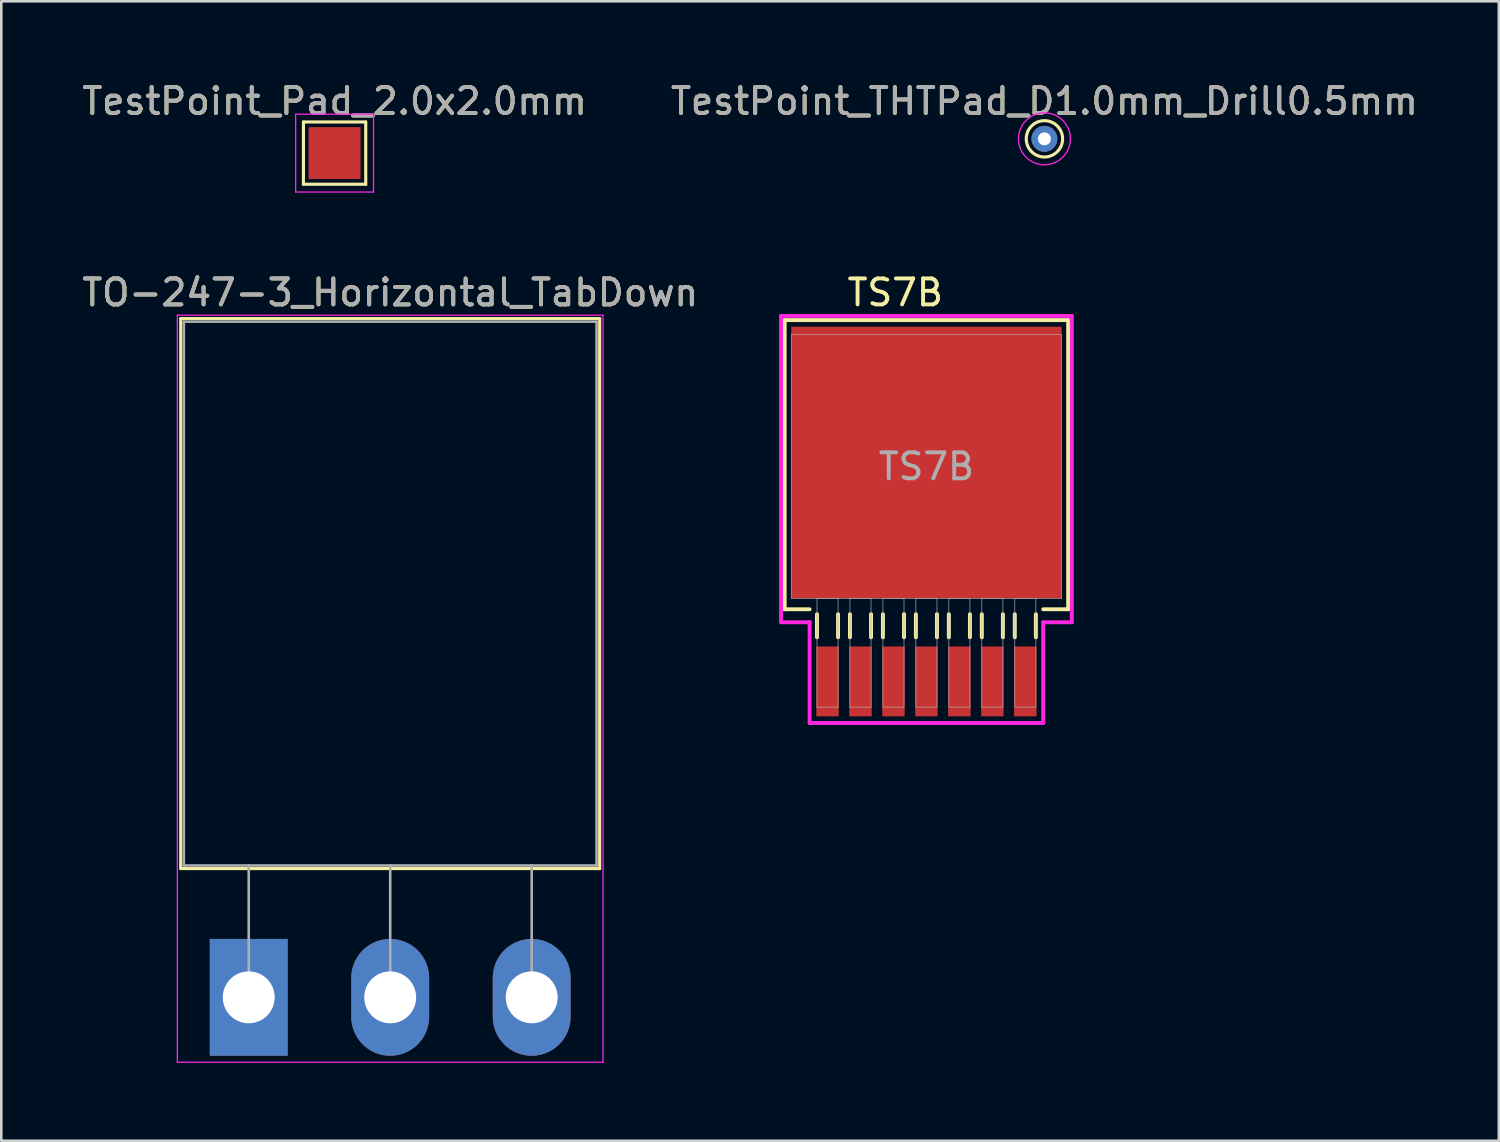
<source format=kicad_pcb>
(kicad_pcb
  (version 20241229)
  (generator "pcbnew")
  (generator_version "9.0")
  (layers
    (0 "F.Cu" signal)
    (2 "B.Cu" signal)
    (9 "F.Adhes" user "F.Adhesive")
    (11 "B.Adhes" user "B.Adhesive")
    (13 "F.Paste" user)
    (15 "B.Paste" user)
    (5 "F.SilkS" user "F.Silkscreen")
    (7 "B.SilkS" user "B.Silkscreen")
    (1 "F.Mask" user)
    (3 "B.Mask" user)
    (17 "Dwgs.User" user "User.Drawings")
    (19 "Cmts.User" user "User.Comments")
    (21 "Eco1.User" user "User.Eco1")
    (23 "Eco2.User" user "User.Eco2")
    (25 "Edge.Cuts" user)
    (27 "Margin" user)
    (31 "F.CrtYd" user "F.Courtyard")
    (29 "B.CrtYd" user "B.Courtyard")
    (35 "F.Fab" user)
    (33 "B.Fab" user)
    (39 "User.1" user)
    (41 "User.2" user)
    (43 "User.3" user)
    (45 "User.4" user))
  (footprint "TO-247-3_Horizontal_TabDown"
    (layer "F.Cu")
    (at 6.532 35.371)
    (property "Reference" "TO-247-3_Horizontal_TabDown" (at 5.45 -27.15 0) (layer "F.SilkS") (effects (font (size 1 1) (thickness 0.15))))
    (attr through_hole)
    (fp_line (start -2.62 -26.15) (end -2.62 -4.96) (stroke (width 0.12) (type solid)) (layer "F.SilkS"))
    (fp_line (start -2.62 -26.15) (end 13.52 -26.15) (stroke (width 0.12) (type solid)) (layer "F.SilkS"))
    (fp_line (start -2.62 -4.96) (end 13.52 -4.96) (stroke (width 0.12) (type solid)) (layer "F.SilkS"))
    (fp_line (start 13.52 -26.15) (end 13.52 -4.96) (stroke (width 0.12) (type solid)) (layer "F.SilkS"))
    (fp_line (start -2.75 -26.28) (end -2.75 2.5) (stroke (width 0.05) (type solid)) (layer "F.CrtYd"))
    (fp_line (start -2.75 2.5) (end 13.65 2.5) (stroke (width 0.05) (type solid)) (layer "F.CrtYd"))
    (fp_line (start 13.65 -26.28) (end -2.75 -26.28) (stroke (width 0.05) (type solid)) (layer "F.CrtYd"))
    (fp_line (start 13.65 2.5) (end 13.65 -26.28) (stroke (width 0.05) (type solid)) (layer "F.CrtYd"))
    (fp_line (start -2.5 -26.03) (end 13.4 -26.03) (stroke (width 0.1) (type solid)) (layer "F.Fab"))
    (fp_line (start -2.5 -5.08) (end -2.5 -26.03) (stroke (width 0.1) (type solid)) (layer "F.Fab"))
    (fp_line (start 0 -5.08) (end 0 0) (stroke (width 0.1) (type solid)) (layer "F.Fab"))
    (fp_line (start 5.45 -5.08) (end 5.45 0) (stroke (width 0.1) (type solid)) (layer "F.Fab"))
    (fp_line (start 10.9 -5.08) (end 10.9 0) (stroke (width 0.1) (type solid)) (layer "F.Fab"))
    (fp_line (start 13.4 -26.03) (end 13.4 -5.08) (stroke (width 0.1) (type solid)) (layer "F.Fab"))
    (fp_line (start 13.4 -5.08) (end -2.5 -5.08) (stroke (width 0.1) (type solid)) (layer "F.Fab"))
    (fp_text user "${REFERENCE}" (at 5.45 -27.15 0) (layer "F.Fab") (effects (font (size 1 1) (thickness 0.15))))
    (pad "1" thru_hole rect (at 0 0) (size 3 4.5) (drill 2) (layers "*.Cu" "*.Mask"))
    (pad "2" thru_hole oval (at 5.45 0) (size 3 4.5) (drill 2) (layers "*.Cu" "*.Mask"))
    (pad "3" thru_hole oval (at 10.9 0) (size 3 4.5) (drill 2) (layers "*.Cu" "*.Mask")))
  (footprint "TS7B"
    (layer "F.Cu")
    (at 32.639 14.921)
    (property "Reference" "TS7B" (at -1.2 -6.7 0) (unlocked yes) (layer "F.SilkS") (effects (font (size 1 1) (thickness 0.15))))
    (attr smd)
    (fp_line (start -5.461 -5.639) (end 5.461 -5.639) (stroke (width 0.152) (type solid)) (layer "F.SilkS"))
    (fp_line (start -5.461 5.5) (end -5.461 -5.639) (stroke (width 0.152) (type solid)) (layer "F.SilkS"))
    (fp_line (start -5.461 5.5) (end -4.5 5.5) (stroke (width 0.15) (type default)) (layer "F.SilkS"))
    (fp_line (start -4.216 5.69) (end -4.216 6.579) (stroke (width 0.152) (type solid)) (layer "F.SilkS"))
    (fp_line (start -3.404 5.69) (end -3.404 6.579) (stroke (width 0.152) (type solid)) (layer "F.SilkS"))
    (fp_line (start -2.946 5.69) (end -2.946 6.579) (stroke (width 0.152) (type solid)) (layer "F.SilkS"))
    (fp_line (start -2.134 5.69) (end -2.134 6.579) (stroke (width 0.152) (type solid)) (layer "F.SilkS"))
    (fp_line (start -1.676 5.69) (end -1.676 6.579) (stroke (width 0.152) (type solid)) (layer "F.SilkS"))
    (fp_line (start -0.864 5.69) (end -0.864 6.579) (stroke (width 0.152) (type solid)) (layer "F.SilkS"))
    (fp_line (start -0.406 5.69) (end -0.406 6.579) (stroke (width 0.152) (type solid)) (layer "F.SilkS"))
    (fp_line (start 0.406 5.69) (end 0.406 6.579) (stroke (width 0.152) (type solid)) (layer "F.SilkS"))
    (fp_line (start 0.864 5.69) (end 0.864 6.579) (stroke (width 0.152) (type solid)) (layer "F.SilkS"))
    (fp_line (start 1.676 5.69) (end 1.676 6.579) (stroke (width 0.152) (type solid)) (layer "F.SilkS"))
    (fp_line (start 2.134 5.69) (end 2.134 6.579) (stroke (width 0.152) (type solid)) (layer "F.SilkS"))
    (fp_line (start 2.946 5.69) (end 2.946 6.579) (stroke (width 0.152) (type solid)) (layer "F.SilkS"))
    (fp_line (start 3.404 5.69) (end 3.404 6.579) (stroke (width 0.152) (type solid)) (layer "F.SilkS"))
    (fp_line (start 4.216 5.69) (end 4.216 6.579) (stroke (width 0.152) (type solid)) (layer "F.SilkS"))
    (fp_line (start 4.5 5.5) (end 5.461 5.5) (stroke (width 0.15) (type default)) (layer "F.SilkS"))
    (fp_line (start 5.461 -5.639) (end 5.461 5.5) (stroke (width 0.152) (type solid)) (layer "F.SilkS"))
    (fp_line (start -5.6 -5.8) (end -5.6 6) (stroke (width 0.15) (type default)) (layer "F.CrtYd"))
    (fp_line (start -5.6 6) (end -4.5 6) (stroke (width 0.15) (type default)) (layer "F.CrtYd"))
    (fp_line (start -4.5 6) (end -4.5 9.881) (stroke (width 0.15) (type default)) (layer "F.CrtYd"))
    (fp_line (start 4.5 6) (end 4.5 9.881) (stroke (width 0.15) (type default)) (layer "F.CrtYd"))
    (fp_line (start 4.5 6) (end 5.6 6) (stroke (width 0.15) (type default)) (layer "F.CrtYd"))
    (fp_line (start 4.5 9.881) (end -4.5 9.881) (stroke (width 0.152) (type solid)) (layer "F.CrtYd"))
    (fp_line (start 5.6 -5.8) (end -5.6 -5.8) (stroke (width 0.15) (type default)) (layer "F.CrtYd"))
    (fp_line (start 5.6 6) (end 5.6 -5.8) (stroke (width 0.15) (type default)) (layer "F.CrtYd"))
    (fp_line (start -5.207 -5.08) (end -5.207 5.08) (stroke (width 0.025) (type solid)) (layer "F.Fab"))
    (fp_line (start -5.207 5.08) (end 5.207 5.08) (stroke (width 0.025) (type solid)) (layer "F.Fab"))
    (fp_line (start -4.216 5.08) (end -4.216 9.271) (stroke (width 0.025) (type solid)) (layer "F.Fab"))
    (fp_line (start -4.216 9.271) (end -3.404 9.271) (stroke (width 0.025) (type solid)) (layer "F.Fab"))
    (fp_line (start -3.404 5.08) (end -4.216 5.08) (stroke (width 0.025) (type solid)) (layer "F.Fab"))
    (fp_line (start -3.404 9.271) (end -3.404 5.08) (stroke (width 0.025) (type solid)) (layer "F.Fab"))
    (fp_line (start -2.946 5.08) (end -2.946 9.271) (stroke (width 0.025) (type solid)) (layer "F.Fab"))
    (fp_line (start -2.946 9.271) (end -2.134 9.271) (stroke (width 0.025) (type solid)) (layer "F.Fab"))
    (fp_line (start -2.134 5.08) (end -2.946 5.08) (stroke (width 0.025) (type solid)) (layer "F.Fab"))
    (fp_line (start -2.134 9.271) (end -2.134 5.08) (stroke (width 0.025) (type solid)) (layer "F.Fab"))
    (fp_line (start -1.676 5.08) (end -1.676 9.271) (stroke (width 0.025) (type solid)) (layer "F.Fab"))
    (fp_line (start -1.676 9.271) (end -0.864 9.271) (stroke (width 0.025) (type solid)) (layer "F.Fab"))
    (fp_line (start -0.864 5.08) (end -1.676 5.08) (stroke (width 0.025) (type solid)) (layer "F.Fab"))
    (fp_line (start -0.864 9.271) (end -0.864 5.08) (stroke (width 0.025) (type solid)) (layer "F.Fab"))
    (fp_line (start -0.406 5.08) (end -0.406 9.271) (stroke (width 0.025) (type solid)) (layer "F.Fab"))
    (fp_line (start -0.406 9.271) (end 0.406 9.271) (stroke (width 0.025) (type solid)) (layer "F.Fab"))
    (fp_line (start 0.406 5.08) (end -0.406 5.08) (stroke (width 0.025) (type solid)) (layer "F.Fab"))
    (fp_line (start 0.406 9.271) (end 0.406 5.08) (stroke (width 0.025) (type solid)) (layer "F.Fab"))
    (fp_line (start 0.864 5.08) (end 0.864 9.271) (stroke (width 0.025) (type solid)) (layer "F.Fab"))
    (fp_line (start 0.864 9.271) (end 1.676 9.271) (stroke (width 0.025) (type solid)) (layer "F.Fab"))
    (fp_line (start 1.676 5.08) (end 0.864 5.08) (stroke (width 0.025) (type solid)) (layer "F.Fab"))
    (fp_line (start 1.676 9.271) (end 1.676 5.08) (stroke (width 0.025) (type solid)) (layer "F.Fab"))
    (fp_line (start 2.134 5.08) (end 2.134 9.271) (stroke (width 0.025) (type solid)) (layer "F.Fab"))
    (fp_line (start 2.134 9.271) (end 2.946 9.271) (stroke (width 0.025) (type solid)) (layer "F.Fab"))
    (fp_line (start 2.946 5.08) (end 2.134 5.08) (stroke (width 0.025) (type solid)) (layer "F.Fab"))
    (fp_line (start 2.946 9.271) (end 2.946 5.08) (stroke (width 0.025) (type solid)) (layer "F.Fab"))
    (fp_line (start 3.404 5.08) (end 3.404 9.271) (stroke (width 0.025) (type solid)) (layer "F.Fab"))
    (fp_line (start 3.404 9.271) (end 4.216 9.271) (stroke (width 0.025) (type solid)) (layer "F.Fab"))
    (fp_line (start 4.216 5.08) (end 3.404 5.08) (stroke (width 0.025) (type solid)) (layer "F.Fab"))
    (fp_line (start 4.216 9.271) (end 4.216 5.08) (stroke (width 0.025) (type solid)) (layer "F.Fab"))
    (fp_line (start 5.207 -5.08) (end -5.207 -5.08) (stroke (width 0.025) (type solid)) (layer "F.Fab"))
    (fp_line (start 5.207 5.08) (end 5.207 -5.08) (stroke (width 0.025) (type solid)) (layer "F.Fab"))
    (fp_text user "${REFERENCE}" (at 0 0 0) (unlocked yes) (layer "F.Fab") (effects (font (size 1 1) (thickness 0.15))))
    (pad "1" smd rect (at -3.81 8.28) (size 0.864 2.692) (layers "F.Cu" "F.Mask" "F.Paste"))
    (pad "2" smd rect (at -2.54 8.28) (size 0.864 2.692) (layers "F.Cu" "F.Mask" "F.Paste"))
    (pad "3" smd rect (at -1.27 8.28) (size 0.864 2.692) (layers "F.Cu" "F.Mask" "F.Paste"))
    (pad "4" smd rect (at 0 8.28) (size 0.864 2.692) (layers "F.Cu" "F.Mask" "F.Paste"))
    (pad "5" smd rect (at 1.27 8.28) (size 0.864 2.692) (layers "F.Cu" "F.Mask" "F.Paste"))
    (pad "6" smd rect (at 2.54 8.28) (size 0.864 2.692) (layers "F.Cu" "F.Mask" "F.Paste"))
    (pad "7" smd rect (at 3.81 8.28) (size 0.864 2.692) (layers "F.Cu" "F.Mask" "F.Paste"))
    (pad "8" smd rect (at 0 -0.152) (size 10.414 10.465) (layers "F.Cu" "F.Mask" "F.Paste")))
  (footprint "TestPoint_THTPad_D1.0mm_Drill0.5mm"
    (layer "F.Cu")
    (at 37.185 2.298)
    (property "Reference" "TestPoint_THTPad_D1.0mm_Drill0.5mm" (at 0 -1.448 0) (layer "F.SilkS") (effects (font (size 1 1) (thickness 0.15))))
    (attr exclude_from_pos_files exclude_from_bom)
    (fp_circle (center 0 0) (end 0 0.7) (stroke (width 0.12) (type solid)) (fill no) (layer "F.SilkS"))
    (fp_circle (center 0 0) (end 1 0) (stroke (width 0.05) (type solid)) (fill no) (layer "F.CrtYd"))
    (fp_text user "${REFERENCE}" (at 0 -1.45 0) (layer "F.Fab") (effects (font (size 1 1) (thickness 0.15))))
    (pad "1" thru_hole circle (at 0 0) (size 1 1) (drill 0.5) (layers "*.Cu" "*.Mask")))
  (footprint "TestPoint_Pad_2.0x2.0mm"
    (layer "F.Cu")
    (at 9.839 2.848)
    (property "Reference" "TestPoint_Pad_2.0x2.0mm" (at 0 -1.998 0) (layer "F.SilkS") (effects (font (size 1 1) (thickness 0.15))))
    (attr exclude_from_pos_files exclude_from_bom)
    (fp_line (start -1.2 -1.2) (end 1.2 -1.2) (stroke (width 0.12) (type solid)) (layer "F.SilkS"))
    (fp_line (start -1.2 1.2) (end -1.2 -1.2) (stroke (width 0.12) (type solid)) (layer "F.SilkS"))
    (fp_line (start 1.2 -1.2) (end 1.2 1.2) (stroke (width 0.12) (type solid)) (layer "F.SilkS"))
    (fp_line (start 1.2 1.2) (end -1.2 1.2) (stroke (width 0.12) (type solid)) (layer "F.SilkS"))
    (fp_line (start -1.5 -1.5) (end -1.5 1.5) (stroke (width 0.05) (type solid)) (layer "F.CrtYd"))
    (fp_line (start -1.5 -1.5) (end 1.5 -1.5) (stroke (width 0.05) (type solid)) (layer "F.CrtYd"))
    (fp_line (start 1.5 1.5) (end -1.5 1.5) (stroke (width 0.05) (type solid)) (layer "F.CrtYd"))
    (fp_line (start 1.5 1.5) (end 1.5 -1.5) (stroke (width 0.05) (type solid)) (layer "F.CrtYd"))
    (fp_text user "${REFERENCE}" (at 0 -2 0) (layer "F.Fab") (effects (font (size 1 1) (thickness 0.15))))
    (pad "1" smd rect (at 0 0) (size 2 2) (layers "F.Cu" "F.Mask")))
  (gr_rect
    (start -3 -3)
    (end 54.69 40.897)
    (stroke (width 0.1) (type default))
    (fill no)
    (layer "Edge.Cuts")))
</source>
